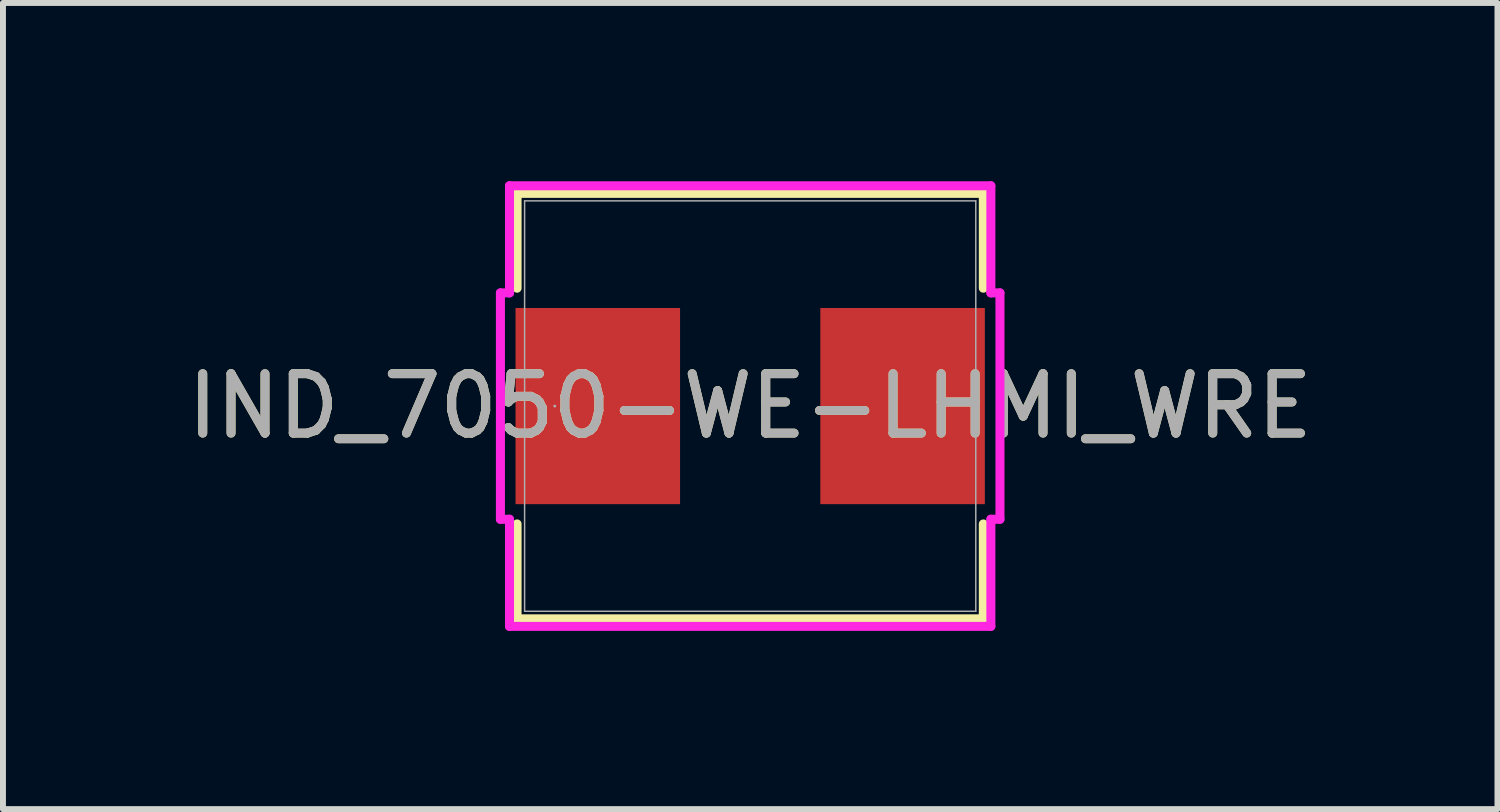
<source format=kicad_pcb>
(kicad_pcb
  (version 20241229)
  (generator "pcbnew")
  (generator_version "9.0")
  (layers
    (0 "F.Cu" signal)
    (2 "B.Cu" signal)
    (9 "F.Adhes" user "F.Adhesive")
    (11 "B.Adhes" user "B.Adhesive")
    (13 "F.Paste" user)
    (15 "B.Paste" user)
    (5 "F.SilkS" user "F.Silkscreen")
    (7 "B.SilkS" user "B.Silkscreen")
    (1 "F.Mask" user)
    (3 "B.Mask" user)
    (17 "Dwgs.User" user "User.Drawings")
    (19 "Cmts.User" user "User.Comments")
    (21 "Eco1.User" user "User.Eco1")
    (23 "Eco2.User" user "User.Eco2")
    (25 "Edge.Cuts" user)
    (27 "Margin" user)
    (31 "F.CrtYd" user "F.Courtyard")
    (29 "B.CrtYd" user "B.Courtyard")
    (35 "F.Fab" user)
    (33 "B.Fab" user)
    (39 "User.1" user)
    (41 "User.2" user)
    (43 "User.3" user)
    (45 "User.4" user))
  (footprint "IND_7050-WE-LHMI_WRE"
    (layer "F.Cu")
    (at 9.577 3.785)
    (property "Reference" "IND_7050-WE-LHMI_WRE" (at 0 0 0) (unlocked yes) (layer "F.SilkS") (effects (font (size 1 1) (thickness 0.15))))
    (attr smd)
    (fp_line (start -3.924 -3.581) (end -3.924 -1.984) (stroke (width 0.152) (type solid)) (layer "F.SilkS"))
    (fp_line (start -3.924 1.984) (end -3.924 3.581) (stroke (width 0.152) (type solid)) (layer "F.SilkS"))
    (fp_line (start -3.924 3.581) (end 3.924 3.581) (stroke (width 0.152) (type solid)) (layer "F.SilkS"))
    (fp_line (start 3.924 -3.581) (end -3.924 -3.581) (stroke (width 0.152) (type solid)) (layer "F.SilkS"))
    (fp_line (start 3.924 -1.984) (end 3.924 -3.581) (stroke (width 0.152) (type solid)) (layer "F.SilkS"))
    (fp_line (start 3.924 3.581) (end 3.924 1.984) (stroke (width 0.152) (type solid)) (layer "F.SilkS"))
    (fp_line (start -4.204 -1.905) (end -4.051 -1.905) (stroke (width 0.152) (type solid)) (layer "F.CrtYd"))
    (fp_line (start -4.204 1.905) (end -4.204 -1.905) (stroke (width 0.152) (type solid)) (layer "F.CrtYd"))
    (fp_line (start -4.051 -3.708) (end 4.051 -3.708) (stroke (width 0.152) (type solid)) (layer "F.CrtYd"))
    (fp_line (start -4.051 -1.905) (end -4.051 -3.708) (stroke (width 0.152) (type solid)) (layer "F.CrtYd"))
    (fp_line (start -4.051 1.905) (end -4.204 1.905) (stroke (width 0.152) (type solid)) (layer "F.CrtYd"))
    (fp_line (start -4.051 3.708) (end -4.051 1.905) (stroke (width 0.152) (type solid)) (layer "F.CrtYd"))
    (fp_line (start 4.051 -3.708) (end 4.051 -1.905) (stroke (width 0.152) (type solid)) (layer "F.CrtYd"))
    (fp_line (start 4.051 -1.905) (end 4.204 -1.905) (stroke (width 0.152) (type solid)) (layer "F.CrtYd"))
    (fp_line (start 4.051 1.905) (end 4.051 3.708) (stroke (width 0.152) (type solid)) (layer "F.CrtYd"))
    (fp_line (start 4.051 3.708) (end -4.051 3.708) (stroke (width 0.152) (type solid)) (layer "F.CrtYd"))
    (fp_line (start 4.204 -1.905) (end 4.204 1.905) (stroke (width 0.152) (type solid)) (layer "F.CrtYd"))
    (fp_line (start 4.204 1.905) (end 4.051 1.905) (stroke (width 0.152) (type solid)) (layer "F.CrtYd"))
    (fp_line (start -3.797 -3.454) (end -3.797 3.454) (stroke (width 0.025) (type solid)) (layer "F.Fab"))
    (fp_line (start -3.797 3.454) (end 3.797 3.454) (stroke (width 0.025) (type solid)) (layer "F.Fab"))
    (fp_line (start 3.797 -3.454) (end -3.797 -3.454) (stroke (width 0.025) (type solid)) (layer "F.Fab"))
    (fp_line (start 3.797 3.454) (end 3.797 -3.454) (stroke (width 0.025) (type solid)) (layer "F.Fab"))
    (fp_circle (center -3.289 0) (end -3.289 0) (stroke (width 0.025) (type solid)) (fill no) (layer "F.Fab"))
    (fp_text user "${REFERENCE}" (at 0 0 0) (unlocked yes) (layer "F.Fab") (effects (font (size 1 1) (thickness 0.15))))
    (pad "1" smd rect (at -2.565 0 90) (size 3.302 2.769) (layers "F.Cu" "F.Mask" "F.Paste"))
    (pad "2" smd rect (at 2.565 0 90) (size 3.302 2.769) (layers "F.Cu" "F.Mask" "F.Paste"))
    (zone (net_name "") (layer "F.Cu") (hatch full 0.508) (connect_pads) (min_thickness 0.254) (filled_areas_thickness no) (keepout (tracks not_allowed) (vias not_allowed) (pads allowed) (copperpour not_allowed) (footprints allowed)) (placement (enabled no)) (fill) (polygon (pts (xy 5.831 0.381) (xy 13.324 0.381) (xy 13.324 2.083) (xy 5.831 2.083))))
    (zone (net_name "") (layer "F.Cu") (hatch full 0.508) (connect_pads) (min_thickness 0.254) (filled_areas_thickness no) (keepout (tracks not_allowed) (vias not_allowed) (pads allowed) (copperpour not_allowed) (footprints allowed)) (placement (enabled no)) (fill) (polygon (pts (xy 5.831 5.486) (xy 13.324 5.486) (xy 13.324 7.188) (xy 5.831 7.188))))
    (zone (net_name "") (layer "F.Cu") (hatch full 0.508) (connect_pads) (min_thickness 0.254) (filled_areas_thickness no) (keepout (tracks not_allowed) (vias not_allowed) (pads allowed) (copperpour not_allowed) (footprints allowed)) (placement (enabled no)) (fill) (polygon (pts (xy 8.447 2.083) (xy 10.708 2.083) (xy 10.708 5.486) (xy 8.447 5.486)))))
  (gr_rect
    (start -3 -3)
    (end 22.155 10.569)
    (stroke (width 0.1) (type default))
    (fill no)
    (layer "Edge.Cuts")))
</source>
